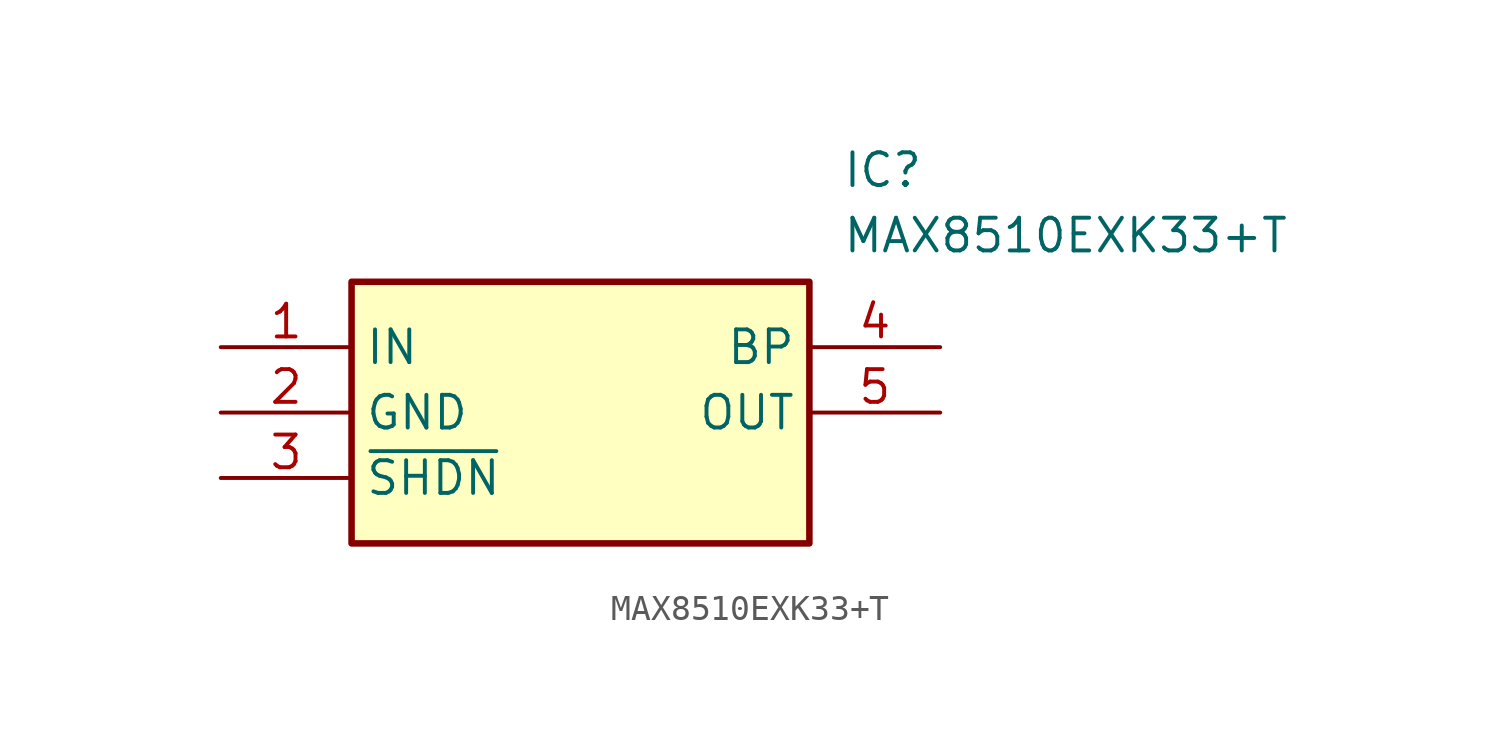
<source format=kicad_sym>
(kicad_symbol_lib
  (version 20211014)
  (generator SamacSys_ECAD_Model)
  (symbol "MAX8510EXK33+T"
    (property "Reference" "IC"
      (at 24.13 7.62 0)
      (effects (font (size 1.27 1.27)) (justify left top)))
    (property "Value" "MAX8510EXK33+T"
      (at 24.13 5.08 0)
      (effects (font (size 1.27 1.27)) (justify left top)))
    (rectangle
      (start 5.08 2.54)
      (end 22.86 -7.62)
      (stroke (width 0.254) (type default))
      (fill (type background)))
    (pin passive line
      (at 0 0 0)
      (length 5.08)
      (name "IN" (effects (font (size 1.27 1.27))))
      (number "1" (effects (font (size 1.27 1.27)))))
    (pin passive line
      (at 0 -2.54 0)
      (length 5.08)
      (name "GND" (effects (font (size 1.27 1.27))))
      (number "2" (effects (font (size 1.27 1.27)))))
    (pin passive line
      (at 0 -5.08 0)
      (length 5.08)
      (name "~{SHDN}" (effects (font (size 1.27 1.27))))
      (number "3" (effects (font (size 1.27 1.27)))))
    (pin passive line
      (at 27.94 0 180)
      (length 5.08)
      (name "BP" (effects (font (size 1.27 1.27))))
      (number "4" (effects (font (size 1.27 1.27)))))
    (pin passive line
      (at 27.94 -2.54 180)
      (length 5.08)
      (name "OUT" (effects (font (size 1.27 1.27))))
      (number "5" (effects (font (size 1.27 1.27)))))))
</source>
